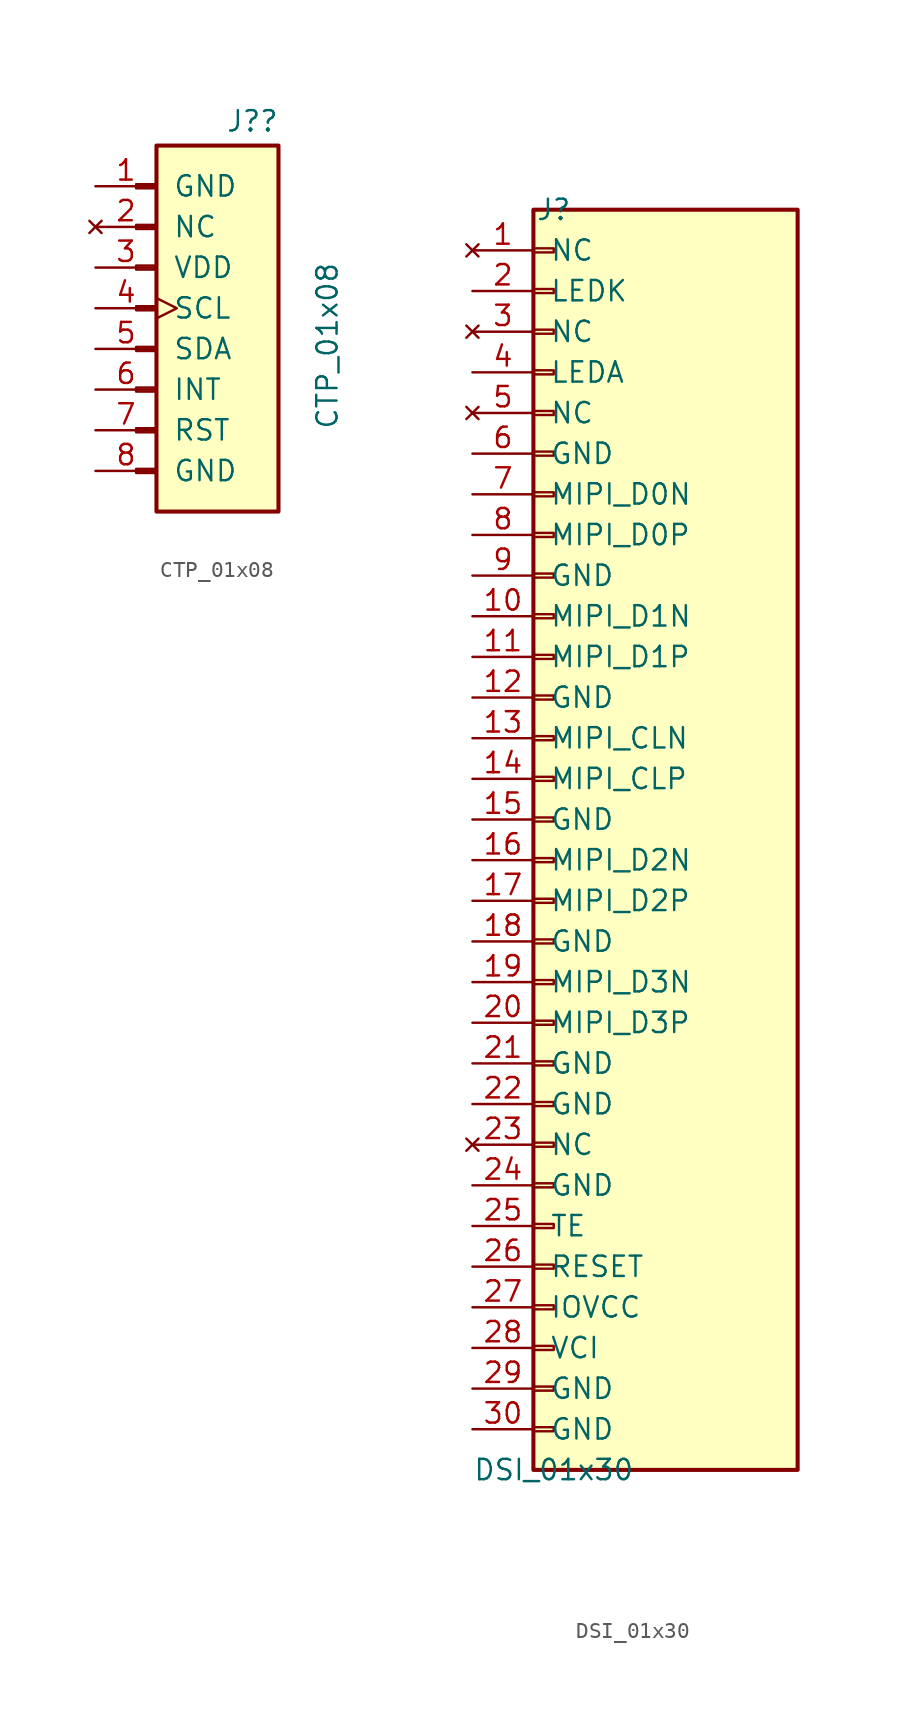
<source format=kicad_sym>
(kicad_symbol_lib
  (version 20241209)
  (generator "kicad_symbol_editor")
  (generator_version "9.0")
  (symbol "CTP_01x08"
    (pin_names
      (offset 1.016))
    (property "Reference" "J?"
      (at 4.318 11.684 0)
      (effects (font (size 1.27 1.27)) (justify left)))
    (property "Value" "CTP_01x08"
      (at 10.668 -7.62 90)
      (effects (font (size 1.27 1.27)) (justify left)))
    (symbol "CTP_01x08_1_1"
      (rectangle (start -1.27 7.747) (end 0 7.493) (stroke (width 0.152) (type default)) (fill (type none)))
      (rectangle (start -1.27 5.207) (end 0 4.953) (stroke (width 0.152) (type default)) (fill (type none)))
      (rectangle (start -1.27 2.667) (end 0 2.413) (stroke (width 0.152) (type default)) (fill (type none)))
      (rectangle (start -1.27 0.127) (end 0 -0.127) (stroke (width 0.152) (type default)) (fill (type none)))
      (rectangle (start -1.27 -2.413) (end 0 -2.667) (stroke (width 0.152) (type default)) (fill (type none)))
      (rectangle (start -1.27 -4.953) (end 0 -5.207) (stroke (width 0.152) (type default)) (fill (type none)))
      (rectangle (start -1.27 -7.493) (end 0 -7.747) (stroke (width 0.152) (type default)) (fill (type none)))
      (rectangle (start -1.27 -10.033) (end 0 -10.287) (stroke (width 0.152) (type default)) (fill (type none)))
      (rectangle (start 0 10.16) (end 7.62 -12.7) (stroke (width 0.254) (type default)) (fill (type background)))
      (pin power_in line (at -3.81 7.62 0) (length 3.81) (name "GND" (effects (font (size 1.27 1.27)))) (number "1" (effects (font (size 1.27 1.27)))))
      (pin no_connect line (at -3.81 5.08 0) (length 3.81) (name "NC" (effects (font (size 1.27 1.27)))) (number "2" (effects (font (size 1.27 1.27)))))
      (pin power_in line (at -3.81 2.54 0) (length 3.81) (name "VDD" (effects (font (size 1.27 1.27)))) (number "3" (effects (font (size 1.27 1.27)))))
      (pin input clock (at -3.81 0 0) (length 3.81) (name "SCL" (effects (font (size 1.27 1.27)))) (number "4" (effects (font (size 1.27 1.27)))))
      (pin bidirectional line (at -3.81 -2.54 0) (length 3.81) (name "SDA" (effects (font (size 1.27 1.27)))) (number "5" (effects (font (size 1.27 1.27)))))
      (pin output line (at -3.81 -5.08 0) (length 3.81) (name "INT" (effects (font (size 1.27 1.27)))) (number "6" (effects (font (size 1.27 1.27)))))
      (pin input line (at -3.81 -7.62 0) (length 3.81) (name "RST" (effects (font (size 1.27 1.27)))) (number "7" (effects (font (size 1.27 1.27)))))
      (pin power_in line (at -3.81 -10.16 0) (length 3.81) (name "GND" (effects (font (size 1.27 1.27)))) (number "8" (effects (font (size 1.27 1.27)))))))
  (symbol "DSI_01x30"
    (pin_names
      (offset 1.016))
    (property "Reference" "J"
      (at 0 38.1 0)
      (effects (font (size 1.27 1.27))))
    (property "Value" "DSI_01x30"
      (at 0 -40.64 0)
      (effects (font (size 1.27 1.27))))
    (symbol "DSI_01x30_1_1"
      (rectangle (start -1.27 38.1) (end 15.24 -40.64) (stroke (width 0.254) (type default)) (fill (type background)))
      (rectangle (start -1.27 35.687) (end 0 35.433) (stroke (width 0.152) (type default)) (fill (type none)))
      (rectangle (start -1.27 33.147) (end 0 32.893) (stroke (width 0.152) (type default)) (fill (type none)))
      (rectangle (start -1.27 30.607) (end 0 30.353) (stroke (width 0.152) (type default)) (fill (type none)))
      (rectangle (start -1.27 28.067) (end 0 27.813) (stroke (width 0.152) (type default)) (fill (type none)))
      (rectangle (start -1.27 25.527) (end 0 25.273) (stroke (width 0.152) (type default)) (fill (type none)))
      (rectangle (start -1.27 22.987) (end 0 22.733) (stroke (width 0.152) (type default)) (fill (type none)))
      (rectangle (start -1.27 20.447) (end 0 20.193) (stroke (width 0.152) (type default)) (fill (type none)))
      (rectangle (start -1.27 17.907) (end 0 17.653) (stroke (width 0.152) (type default)) (fill (type none)))
      (rectangle (start -1.27 15.367) (end 0 15.113) (stroke (width 0.152) (type default)) (fill (type none)))
      (rectangle (start -1.27 12.827) (end 0 12.573) (stroke (width 0.152) (type default)) (fill (type none)))
      (rectangle (start -1.27 10.287) (end 0 10.033) (stroke (width 0.152) (type default)) (fill (type none)))
      (rectangle (start -1.27 7.747) (end 0 7.493) (stroke (width 0.152) (type default)) (fill (type none)))
      (rectangle (start -1.27 5.207) (end 0 4.953) (stroke (width 0.152) (type default)) (fill (type none)))
      (rectangle (start -1.27 2.667) (end 0 2.413) (stroke (width 0.152) (type default)) (fill (type none)))
      (rectangle (start -1.27 0.127) (end 0 -0.127) (stroke (width 0.152) (type default)) (fill (type none)))
      (rectangle (start -1.27 -2.413) (end 0 -2.667) (stroke (width 0.152) (type default)) (fill (type none)))
      (rectangle (start -1.27 -4.953) (end 0 -5.207) (stroke (width 0.152) (type default)) (fill (type none)))
      (rectangle (start -1.27 -7.493) (end 0 -7.747) (stroke (width 0.152) (type default)) (fill (type none)))
      (rectangle (start -1.27 -10.033) (end 0 -10.287) (stroke (width 0.152) (type default)) (fill (type none)))
      (rectangle (start -1.27 -12.573) (end 0 -12.827) (stroke (width 0.152) (type default)) (fill (type none)))
      (rectangle (start -1.27 -15.113) (end 0 -15.367) (stroke (width 0.152) (type default)) (fill (type none)))
      (rectangle (start -1.27 -17.653) (end 0 -17.907) (stroke (width 0.152) (type default)) (fill (type none)))
      (rectangle (start -1.27 -20.193) (end 0 -20.447) (stroke (width 0.152) (type default)) (fill (type none)))
      (rectangle (start -1.27 -22.733) (end 0 -22.987) (stroke (width 0.152) (type default)) (fill (type none)))
      (rectangle (start -1.27 -25.273) (end 0 -25.527) (stroke (width 0.152) (type default)) (fill (type none)))
      (rectangle (start -1.27 -27.813) (end 0 -28.067) (stroke (width 0.152) (type default)) (fill (type none)))
      (rectangle (start -1.27 -30.353) (end 0 -30.607) (stroke (width 0.152) (type default)) (fill (type none)))
      (rectangle (start -1.27 -32.893) (end 0 -33.147) (stroke (width 0.152) (type default)) (fill (type none)))
      (rectangle (start -1.27 -35.433) (end 0 -35.687) (stroke (width 0.152) (type default)) (fill (type none)))
      (rectangle (start -1.27 -37.973) (end 0 -38.227) (stroke (width 0.152) (type default)) (fill (type none)))
      (pin no_connect line (at -5.08 35.56 0) (length 3.81) (name "NC" (effects (font (size 1.27 1.27)))) (number "1" (effects (font (size 1.27 1.27)))))
      (pin passive line (at -5.08 33.02 0) (length 3.81) (name "LEDK" (effects (font (size 1.27 1.27)))) (number "2" (effects (font (size 1.27 1.27)))))
      (pin no_connect line (at -5.08 30.48 0) (length 3.81) (name "NC" (effects (font (size 1.27 1.27)))) (number "3" (effects (font (size 1.27 1.27)))))
      (pin passive line (at -5.08 27.94 0) (length 3.81) (name "LEDA" (effects (font (size 1.27 1.27)))) (number "4" (effects (font (size 1.27 1.27)))))
      (pin no_connect line (at -5.08 25.4 0) (length 3.81) (name "NC" (effects (font (size 1.27 1.27)))) (number "5" (effects (font (size 1.27 1.27)))))
      (pin power_in line (at -5.08 22.86 0) (length 3.81) (name "GND" (effects (font (size 1.27 1.27)))) (number "6" (effects (font (size 1.27 1.27)))))
      (pin input line (at -5.08 20.32 0) (length 3.81) (name "MIPI_D0N" (effects (font (size 1.27 1.27)))) (number "7" (effects (font (size 1.27 1.27)))))
      (pin input line (at -5.08 17.78 0) (length 3.81) (name "MIPI_D0P" (effects (font (size 1.27 1.27)))) (number "8" (effects (font (size 1.27 1.27)))))
      (pin power_in line (at -5.08 15.24 0) (length 3.81) (name "GND" (effects (font (size 1.27 1.27)))) (number "9" (effects (font (size 1.27 1.27)))))
      (pin input line (at -5.08 12.7 0) (length 3.81) (name "MIPI_D1N" (effects (font (size 1.27 1.27)))) (number "10" (effects (font (size 1.27 1.27)))))
      (pin input line (at -5.08 10.16 0) (length 3.81) (name "MIPI_D1P" (effects (font (size 1.27 1.27)))) (number "11" (effects (font (size 1.27 1.27)))))
      (pin input line (at -5.08 7.62 0) (length 3.81) (name "GND" (effects (font (size 1.27 1.27)))) (number "12" (effects (font (size 1.27 1.27)))))
      (pin input line (at -5.08 5.08 0) (length 3.81) (name "MIPI_CLN" (effects (font (size 1.27 1.27)))) (number "13" (effects (font (size 1.27 1.27)))))
      (pin input line (at -5.08 2.54 0) (length 3.81) (name "MIPI_CLP" (effects (font (size 1.27 1.27)))) (number "14" (effects (font (size 1.27 1.27)))))
      (pin input line (at -5.08 0 0) (length 3.81) (name "GND" (effects (font (size 1.27 1.27)))) (number "15" (effects (font (size 1.27 1.27)))))
      (pin input line (at -5.08 -2.54 0) (length 3.81) (name "MIPI_D2N" (effects (font (size 1.27 1.27)))) (number "16" (effects (font (size 1.27 1.27)))))
      (pin input line (at -5.08 -5.08 0) (length 3.81) (name "MIPI_D2P" (effects (font (size 1.27 1.27)))) (number "17" (effects (font (size 1.27 1.27)))))
      (pin input line (at -5.08 -7.62 0) (length 3.81) (name "GND" (effects (font (size 1.27 1.27)))) (number "18" (effects (font (size 1.27 1.27)))))
      (pin input line (at -5.08 -10.16 0) (length 3.81) (name "MIPI_D3N" (effects (font (size 1.27 1.27)))) (number "19" (effects (font (size 1.27 1.27)))))
      (pin input line (at -5.08 -12.7 0) (length 3.81) (name "MIPI_D3P" (effects (font (size 1.27 1.27)))) (number "20" (effects (font (size 1.27 1.27)))))
      (pin power_in line (at -5.08 -15.24 0) (length 3.81) (name "GND" (effects (font (size 1.27 1.27)))) (number "21" (effects (font (size 1.27 1.27)))))
      (pin power_in line (at -5.08 -17.78 0) (length 3.81) (name "GND" (effects (font (size 1.27 1.27)))) (number "22" (effects (font (size 1.27 1.27)))))
      (pin no_connect line (at -5.08 -20.32 0) (length 3.81) (name "NC" (effects (font (size 1.27 1.27)))) (number "23" (effects (font (size 1.27 1.27)))))
      (pin input line (at -5.08 -22.86 0) (length 3.81) (name "GND" (effects (font (size 1.27 1.27)))) (number "24" (effects (font (size 1.27 1.27)))))
      (pin input line (at -5.08 -25.4 0) (length 3.81) (name "TE" (effects (font (size 1.27 1.27)))) (number "25" (effects (font (size 1.27 1.27)))))
      (pin input line (at -5.08 -27.94 0) (length 3.81) (name "RESET" (effects (font (size 1.27 1.27)))) (number "26" (effects (font (size 1.27 1.27)))))
      (pin power_in line (at -5.08 -30.48 0) (length 3.81) (name "IOVCC" (effects (font (size 1.27 1.27)))) (number "27" (effects (font (size 1.27 1.27)))))
      (pin power_in line (at -5.08 -33.02 0) (length 3.81) (name "VCI" (effects (font (size 1.27 1.27)))) (number "28" (effects (font (size 1.27 1.27)))))
      (pin power_in line (at -5.08 -35.56 0) (length 3.81) (name "GND" (effects (font (size 1.27 1.27)))) (number "29" (effects (font (size 1.27 1.27)))))
      (pin power_in line (at -5.08 -38.1 0) (length 3.81) (name "GND" (effects (font (size 1.27 1.27)))) (number "30" (effects (font (size 1.27 1.27))))))))
</source>
